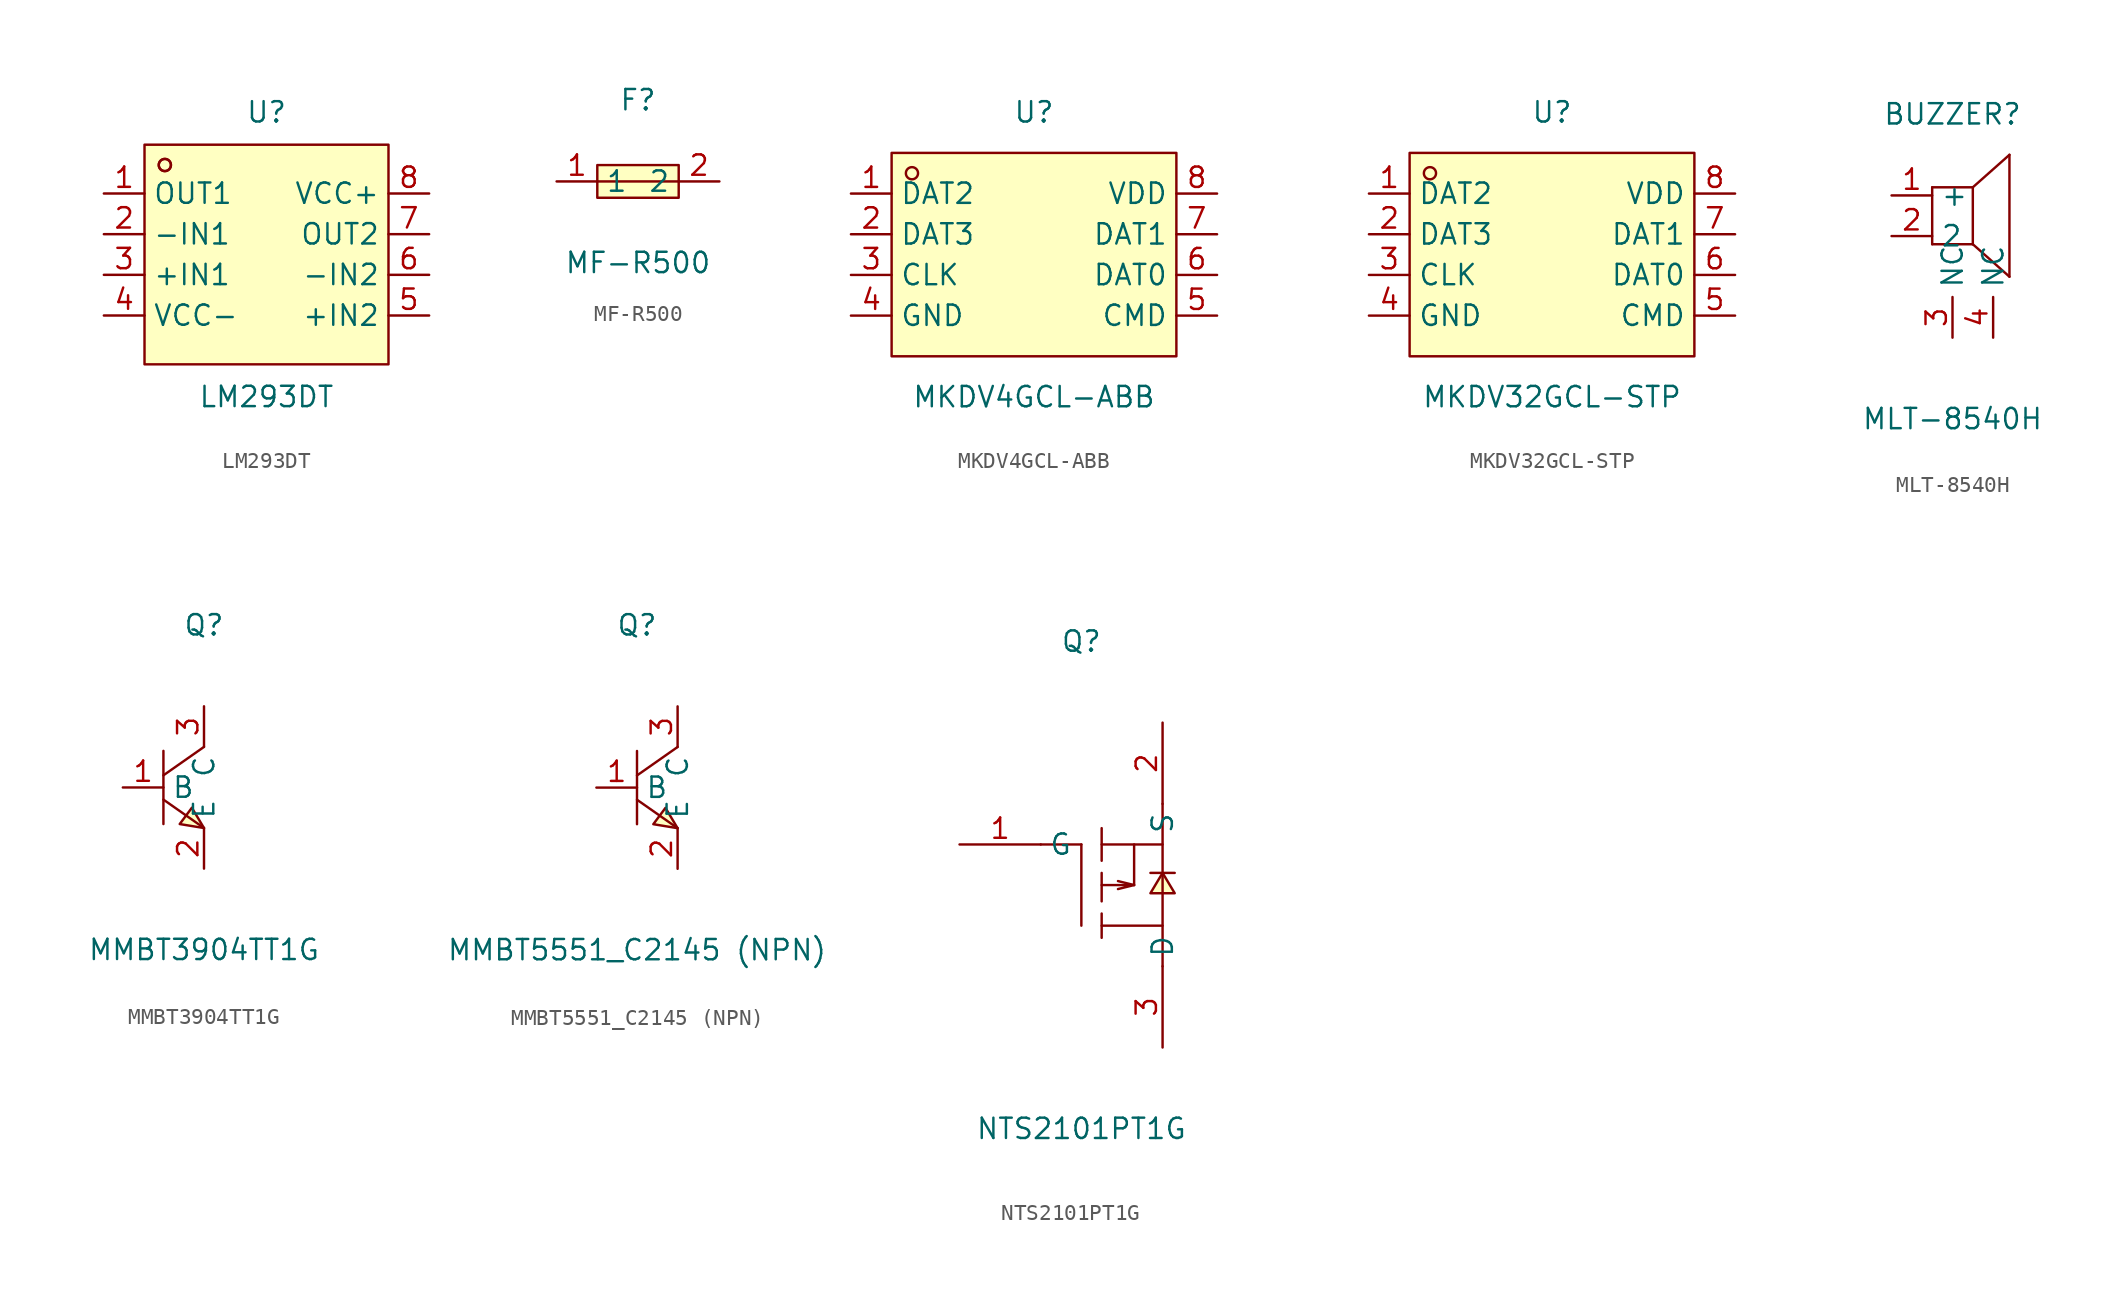
<source format=kicad_sym>
(kicad_symbol_lib
  (version 20231120)
  (generator "kicad_symbol_editor")
  (generator_version "8.0")
  (symbol "LM293DT"
    (property "Reference" "U"
      (at 0 8.89 0)
      (effects (font (size 1.27 1.27))))
    (property "Value" "LM293DT"
      (at 0 -8.89 0)
      (effects (font (size 1.27 1.27))))
    (symbol "LM293DT_0_1"
      (rectangle (start -7.62 6.86) (end 7.62 -6.86) (stroke (width 0) (type default)) (fill (type background)))
      (circle (center -6.35 5.59) (radius 0.38) (stroke (width 0) (type default)) (fill (type none)))
      (circle (center -6.35 5.59) (radius 0.38) (stroke (width 0) (type default)) (fill (type none)))
      (pin unspecified line (at -10.16 3.81 0) (length 2.54) (name "OUT1" (effects (font (size 1.27 1.27)))) (number "1" (effects (font (size 1.27 1.27)))))
      (pin unspecified line (at -10.16 1.27 0) (length 2.54) (name "-IN1" (effects (font (size 1.27 1.27)))) (number "2" (effects (font (size 1.27 1.27)))))
      (pin unspecified line (at -10.16 -1.27 0) (length 2.54) (name "+IN1" (effects (font (size 1.27 1.27)))) (number "3" (effects (font (size 1.27 1.27)))))
      (pin unspecified line (at -10.16 -3.81 0) (length 2.54) (name "VCC-" (effects (font (size 1.27 1.27)))) (number "4" (effects (font (size 1.27 1.27)))))
      (pin unspecified line (at 10.16 -3.81 180) (length 2.54) (name "+IN2" (effects (font (size 1.27 1.27)))) (number "5" (effects (font (size 1.27 1.27)))))
      (pin unspecified line (at 10.16 -1.27 180) (length 2.54) (name "-IN2" (effects (font (size 1.27 1.27)))) (number "6" (effects (font (size 1.27 1.27)))))
      (pin unspecified line (at 10.16 1.27 180) (length 2.54) (name "OUT2" (effects (font (size 1.27 1.27)))) (number "7" (effects (font (size 1.27 1.27)))))
      (pin unspecified line (at 10.16 3.81 180) (length 2.54) (name "VCC+" (effects (font (size 1.27 1.27)))) (number "8" (effects (font (size 1.27 1.27)))))))
  (symbol "MF-R500"
    (property "Reference" "F"
      (at 0 5.08 0)
      (effects (font (size 1.27 1.27))))
    (property "Value" "MF-R500"
      (at 0 -5.08 0)
      (effects (font (size 1.27 1.27))))
    (symbol "MF-R500_0_1"
      (rectangle (start -2.54 1.02) (end 2.54 -1.02) (stroke (width 0) (type default)) (fill (type background)))
      (polyline (pts (xy -2.54 0) (xy 2.54 0)) (stroke (width 0) (type default)) (fill (type none)))
      (pin unspecified line (at -5.08 0 0) (length 2.54) (name "1" (effects (font (size 1.27 1.27)))) (number "1" (effects (font (size 1.27 1.27)))))
      (pin unspecified line (at 5.08 0 180) (length 2.54) (name "2" (effects (font (size 1.27 1.27)))) (number "2" (effects (font (size 1.27 1.27)))))))
  (symbol "MKDV4GCL-ABB"
    (property "Reference" "U"
      (at 0 8.89 0)
      (effects (font (size 1.27 1.27))))
    (property "Value" "MKDV4GCL-ABB"
      (at 0 -8.89 0)
      (effects (font (size 1.27 1.27))))
    (symbol "MKDV4GCL-ABB_0_1"
      (rectangle (start -8.89 6.35) (end 8.89 -6.35) (stroke (width 0) (type default) (color 0 0 0 0)) (fill (type background)))
      (circle (center -7.62 5.08) (radius 0.38) (stroke (width 0) (type default) (color 0 0 0 0)) (fill (type none)))
      (pin unspecified line (at -11.43 3.81 0) (length 2.54) (name "DAT2" (effects (font (size 1.27 1.27)))) (number "1" (effects (font (size 1.27 1.27)))))
      (pin unspecified line (at -11.43 1.27 0) (length 2.54) (name "DAT3" (effects (font (size 1.27 1.27)))) (number "2" (effects (font (size 1.27 1.27)))))
      (pin unspecified line (at -11.43 -1.27 0) (length 2.54) (name "CLK" (effects (font (size 1.27 1.27)))) (number "3" (effects (font (size 1.27 1.27)))))
      (pin unspecified line (at -11.43 -3.81 0) (length 2.54) (name "GND" (effects (font (size 1.27 1.27)))) (number "4" (effects (font (size 1.27 1.27)))))
      (pin unspecified line (at 11.43 -3.81 180) (length 2.54) (name "CMD" (effects (font (size 1.27 1.27)))) (number "5" (effects (font (size 1.27 1.27)))))
      (pin unspecified line (at 11.43 -1.27 180) (length 2.54) (name "DAT0" (effects (font (size 1.27 1.27)))) (number "6" (effects (font (size 1.27 1.27)))))
      (pin unspecified line (at 11.43 1.27 180) (length 2.54) (name "DAT1" (effects (font (size 1.27 1.27)))) (number "7" (effects (font (size 1.27 1.27)))))
      (pin unspecified line (at 11.43 3.81 180) (length 2.54) (name "VDD" (effects (font (size 1.27 1.27)))) (number "8" (effects (font (size 1.27 1.27)))))))
  (symbol "MKDV32GCL-STP"
    (property "Reference" "U"
      (at 0 8.89 0)
      (effects (font (size 1.27 1.27))))
    (property "Value" "MKDV32GCL-STP"
      (at 0 -8.89 0)
      (effects (font (size 1.27 1.27))))
    (symbol "MKDV32GCL-STP_0_1"
      (rectangle (start -8.89 6.35) (end 8.89 -6.35) (stroke (width 0) (type default) (color 0 0 0 0)) (fill (type background)))
      (circle (center -7.62 5.08) (radius 0.38) (stroke (width 0) (type default) (color 0 0 0 0)) (fill (type none)))
      (pin unspecified line (at -11.43 3.81 0) (length 2.54) (name "DAT2" (effects (font (size 1.27 1.27)))) (number "1" (effects (font (size 1.27 1.27)))))
      (pin unspecified line (at -11.43 1.27 0) (length 2.54) (name "DAT3" (effects (font (size 1.27 1.27)))) (number "2" (effects (font (size 1.27 1.27)))))
      (pin unspecified line (at -11.43 -1.27 0) (length 2.54) (name "CLK" (effects (font (size 1.27 1.27)))) (number "3" (effects (font (size 1.27 1.27)))))
      (pin unspecified line (at -11.43 -3.81 0) (length 2.54) (name "GND" (effects (font (size 1.27 1.27)))) (number "4" (effects (font (size 1.27 1.27)))))
      (pin unspecified line (at 11.43 -3.81 180) (length 2.54) (name "CMD" (effects (font (size 1.27 1.27)))) (number "5" (effects (font (size 1.27 1.27)))))
      (pin unspecified line (at 11.43 -1.27 180) (length 2.54) (name "DAT0" (effects (font (size 1.27 1.27)))) (number "6" (effects (font (size 1.27 1.27)))))
      (pin unspecified line (at 11.43 1.27 180) (length 2.54) (name "DAT1" (effects (font (size 1.27 1.27)))) (number "7" (effects (font (size 1.27 1.27)))))
      (pin unspecified line (at 11.43 3.81 180) (length 2.54) (name "VDD" (effects (font (size 1.27 1.27)))) (number "8" (effects (font (size 1.27 1.27)))))))
  (symbol "MLT-8540H"
    (property "Reference" "BUZZER"
      (at 0 6.35 0)
      (effects (font (size 1.27 1.27))))
    (property "Value" "MLT-8540H"
      (at 0 -12.70 0)
      (effects (font (size 1.27 1.27))))
    (symbol "MLT-8540H_0_1"
      (polyline (pts (xy 3.56 3.81) (xy 1.27 1.78)) (stroke (width 0) (type default) (color 0 0 0 0)) (fill (type none)))
      (polyline (pts (xy 1.27 -1.78) (xy 3.56 -3.81)) (stroke (width 0) (type default) (color 0 0 0 0)) (fill (type none)))
      (polyline (pts (xy 3.56 3.81) (xy 3.56 -3.81)) (stroke (width 0) (type default) (color 0 0 0 0)) (fill (type none)))
      (polyline (pts (xy 1.27 1.78) (xy 1.27 -1.78)) (stroke (width 0) (type default) (color 0 0 0 0)) (fill (type none)))
      (polyline (pts (xy -1.27 1.78) (xy -1.27 -1.78)) (stroke (width 0) (type default) (color 0 0 0 0)) (fill (type none)))
      (polyline (pts (xy -1.27 -1.78) (xy 1.27 -1.78)) (stroke (width 0) (type default) (color 0 0 0 0)) (fill (type none)))
      (polyline (pts (xy -1.27 1.78) (xy 1.27 1.78)) (stroke (width 0) (type default) (color 0 0 0 0)) (fill (type none)))
      (pin unspecified line (at -3.81 1.27 0) (length 2.54) (name "+" (effects (font (size 1.27 1.27)))) (number "1" (effects (font (size 1.27 1.27)))))
      (pin unspecified line (at -3.81 -1.27 0) (length 2.54) (name "2" (effects (font (size 1.27 1.27)))) (number "2" (effects (font (size 1.27 1.27)))))
      (pin unspecified line (at 0.00 -7.62 90) (length 2.54) (name "NC" (effects (font (size 1.27 1.27)))) (number "3" (effects (font (size 1.27 1.27)))))
      (pin unspecified line (at 2.54 -7.62 90) (length 2.54) (name "NC" (effects (font (size 1.27 1.27)))) (number "4" (effects (font (size 1.27 1.27)))))))
  (symbol "MMBT3904TT1G"
    (property "Reference" "Q"
      (at 0 10.16 0)
      (effects (font (size 1.27 1.27))))
    (property "Value" "MMBT3904TT1G"
      (at 0 -10.16 0)
      (effects (font (size 1.27 1.27))))
    (symbol "MMBT3904TT1G_0_1"
      (polyline (pts (xy 0.00 2.54) (xy -2.54 0.76)) (stroke (width 0) (type default) (color 0 0 0 0)) (fill (type none)))
      (polyline (pts (xy -2.54 -0.76) (xy 0.00 -2.54)) (stroke (width 0) (type default) (color 0 0 0 0)) (fill (type none)))
      (polyline (pts (xy -2.54 2.29) (xy -2.54 -2.29)) (stroke (width 0) (type default) (color 0 0 0 0)) (fill (type none)))
      (polyline (pts (xy 0.00 -2.54) (xy -0.76 -1.27) (xy -1.52 -2.29) (xy 0.00 -2.54)) (stroke (width 0) (type default) (color 0 0 0 0)) (fill (type background)))
      (pin unspecified line (at 0.00 5.08 270) (length 2.54) (name "C" (effects (font (size 1.27 1.27)))) (number "3" (effects (font (size 1.27 1.27)))))
      (pin unspecified line (at -5.08 -0.00 0) (length 2.54) (name "B" (effects (font (size 1.27 1.27)))) (number "1" (effects (font (size 1.27 1.27)))))
      (pin unspecified line (at 0.00 -5.08 90) (length 2.54) (name "E" (effects (font (size 1.27 1.27)))) (number "2" (effects (font (size 1.27 1.27)))))))
  (symbol "MMBT5551_C2145 (NPN)"
    (property "Reference" "Q"
      (at 0 10.16 0)
      (effects (font (size 1.27 1.27))))
    (property "Value" "MMBT5551_C2145 (NPN)"
      (at 0 -10.16 0)
      (effects (font (size 1.27 1.27))))
    (symbol "MMBT5551_C2145 (NPN)_0_1"
      (polyline (pts (xy 0 -0.76) (xy 2.54 -2.54)) (stroke (width 0) (type default)) (fill (type none)))
      (polyline (pts (xy 0 2.29) (xy 0 -2.29)) (stroke (width 0) (type default)) (fill (type none)))
      (polyline (pts (xy 2.54 2.54) (xy 0 0.76)) (stroke (width 0) (type default)) (fill (type none)))
      (polyline (pts (xy 2.54 -2.54) (xy 1.78 -1.27) (xy 1.02 -2.29) (xy 2.54 -2.54)) (stroke (width 0) (type default)) (fill (type background)))
      (pin unspecified line (at -2.54 0 0) (length 2.54) (name "B" (effects (font (size 1.27 1.27)))) (number "1" (effects (font (size 1.27 1.27)))))
      (pin unspecified line (at 2.54 -5.08 90) (length 2.54) (name "E" (effects (font (size 1.27 1.27)))) (number "2" (effects (font (size 1.27 1.27)))))
      (pin unspecified line (at 2.54 5.08 270) (length 2.54) (name "C" (effects (font (size 1.27 1.27)))) (number "3" (effects (font (size 1.27 1.27)))))))
  (symbol "NTS2101PT1G"
    (property "Reference" "Q"
      (at 0 15.24 0)
      (effects (font (size 1.27 1.27))))
    (property "Value" "NTS2101PT1G"
      (at 0 -15.24 0)
      (effects (font (size 1.27 1.27))))
    (symbol "NTS2101PT1G_0_1"
      (polyline (pts (xy 0.00 2.54) (xy 0.00 -2.54)) (stroke (width 0) (type default) (color 0 0 0 0)) (fill (type none)))
      (polyline (pts (xy 1.27 3.56) (xy 1.27 1.52)) (stroke (width 0) (type default) (color 0 0 0 0)) (fill (type none)))
      (polyline (pts (xy 1.27 0.76) (xy 1.27 -1.02)) (stroke (width 0) (type default) (color 0 0 0 0)) (fill (type none)))
      (polyline (pts (xy 1.27 -1.78) (xy 1.27 -3.30)) (stroke (width 0) (type default) (color 0 0 0 0)) (fill (type none)))
      (polyline (pts (xy 1.27 2.54) (xy 5.08 2.54)) (stroke (width 0) (type default) (color 0 0 0 0)) (fill (type none)))
      (polyline (pts (xy 5.08 5.08) (xy 5.08 -5.08)) (stroke (width 0) (type default) (color 0 0 0 0)) (fill (type none)))
      (polyline (pts (xy 1.27 -2.54) (xy 5.08 -2.54)) (stroke (width 0) (type default) (color 0 0 0 0)) (fill (type none)))
      (polyline (pts (xy 0.00 2.54) (xy -2.54 2.54)) (stroke (width 0) (type default) (color 0 0 0 0)) (fill (type none)))
      (polyline (pts (xy 5.84 -0.51) (xy 4.32 -0.51) (xy 5.08 0.76) (xy 5.84 -0.51)) (stroke (width 0) (type default) (color 0 0 0 0)) (fill (type background)))
      (polyline (pts (xy 5.84 0.76) (xy 4.32 0.76)) (stroke (width 0) (type default) (color 0 0 0 0)) (fill (type none)))
      (polyline (pts (xy 3.30 -0.00) (xy 3.30 2.54)) (stroke (width 0) (type default) (color 0 0 0 0)) (fill (type none)))
      (polyline (pts (xy 1.27 -0.00) (xy 3.30 -0.00) (xy 2.29 -0.25)) (stroke (width 0) (type default) (color 0 0 0 0)) (fill (type none)))
      (polyline (pts (xy 3.30 -0.00) (xy 2.29 0.25)) (stroke (width 0) (type default) (color 0 0 0 0)) (fill (type none)))
      (pin unspecified line (at -7.62 2.54 0) (length 5.08) (name "G" (effects (font (size 1.27 1.27)))) (number "1" (effects (font (size 1.27 1.27)))))
      (pin unspecified line (at 5.08 10.16 270) (length 5.08) (name "S" (effects (font (size 1.27 1.27)))) (number "2" (effects (font (size 1.27 1.27)))))
      (pin unspecified line (at 5.08 -10.16 90) (length 5.08) (name "D" (effects (font (size 1.27 1.27)))) (number "3" (effects (font (size 1.27 1.27))))))))
</source>
